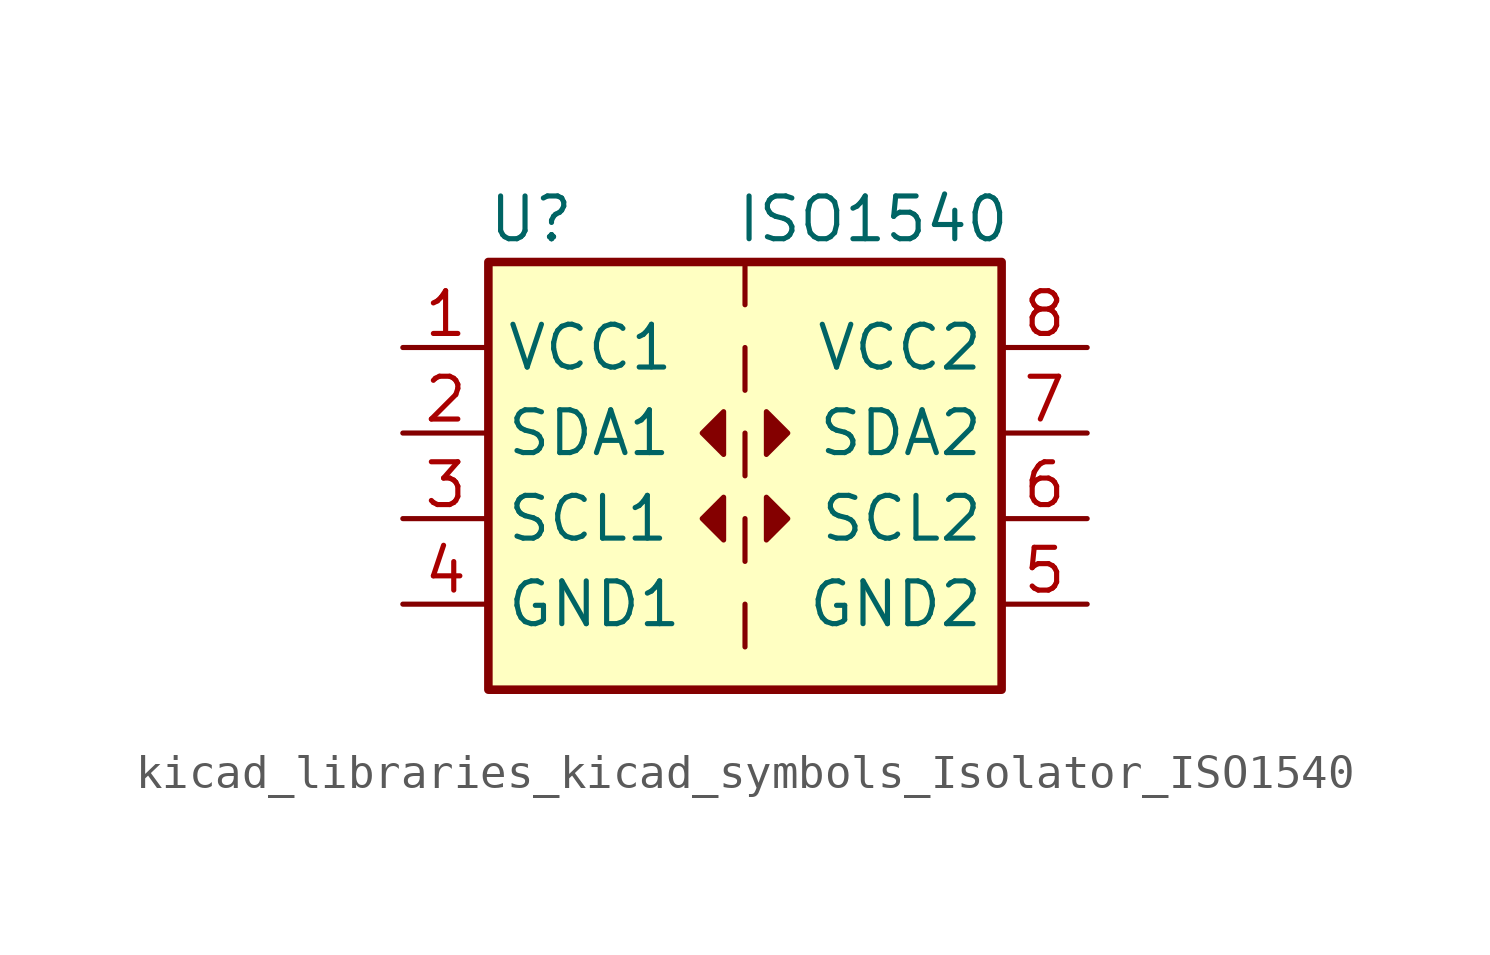
<source format=kicad_sym>
(kicad_symbol_lib
  (version 20220914)
  (generator kicad_symbol_editor)
  (symbol "kicad_libraries_kicad_symbols_Isolator_ISO1540"
    (property "Reference" "U"
      (at -6.35 6.35 0)
      (effects (font (size 1.27 1.27))))
    (property "Value" "ISO1540"
      (at 3.81 6.35 0)
      (effects (font (size 1.27 1.27))))
    (symbol "kicad_libraries_kicad_symbols_Isolator_ISO1540_0_1"
      (rectangle (start -7.62 5.08) (end 7.62 -7.62) (stroke (width 0.254) (type default)) (fill (type background)))
      (rectangle (start 0 -5.08) (end 0 -6.35) (stroke (width 0) (type default)) (fill (type none)))
      (polyline (pts (xy 0 -2.54) (xy 0 -3.81)) (stroke (width 0) (type default)) (fill (type none)))
      (polyline (pts (xy 0 0) (xy 0 -1.27)) (stroke (width 0) (type default)) (fill (type none)))
      (polyline (pts (xy 0 2.54) (xy 0 1.27)) (stroke (width 0) (type default)) (fill (type none)))
      (polyline (pts (xy 0 5.08) (xy 0 3.81)) (stroke (width 0) (type default)) (fill (type none)))
      (polyline (pts (xy -0.635 0.635) (xy -1.27 0) (xy -0.635 -0.635) (xy -0.635 0.635)) (stroke (width 0) (type default)) (fill (type outline)))
      (polyline (pts (xy 0.635 -1.905) (xy 1.27 -2.54) (xy 0.635 -3.175) (xy 0.635 -1.905)) (stroke (width 0) (type default)) (fill (type outline)))
      (polyline (pts (xy 0.635 0.635) (xy 1.27 0) (xy 0.635 -0.635) (xy 0.635 0.635)) (stroke (width 0) (type default)) (fill (type outline))))
    (symbol "kicad_libraries_kicad_symbols_Isolator_ISO1540_1_1"
      (polyline (pts (xy -0.635 -1.905) (xy -1.27 -2.54) (xy -0.635 -3.175) (xy -0.635 -1.905)) (stroke (width 0) (type default)) (fill (type outline)))
      (pin power_in line (at -10.16 2.54 0) (length 2.54) (name "VCC1" (effects (font (size 1.27 1.27)))) (number "1" (effects (font (size 1.27 1.27)))))
      (pin bidirectional line (at -10.16 0 0) (length 2.54) (name "SDA1" (effects (font (size 1.27 1.27)))) (number "2" (effects (font (size 1.27 1.27)))))
      (pin bidirectional line (at -10.16 -2.54 0) (length 2.54) (name "SCL1" (effects (font (size 1.27 1.27)))) (number "3" (effects (font (size 1.27 1.27)))))
      (pin power_in line (at -10.16 -5.08 0) (length 2.54) (name "GND1" (effects (font (size 1.27 1.27)))) (number "4" (effects (font (size 1.27 1.27)))))
      (pin power_in line (at 10.16 -5.08 180) (length 2.54) (name "GND2" (effects (font (size 1.27 1.27)))) (number "5" (effects (font (size 1.27 1.27)))))
      (pin bidirectional line (at 10.16 -2.54 180) (length 2.54) (name "SCL2" (effects (font (size 1.27 1.27)))) (number "6" (effects (font (size 1.27 1.27)))))
      (pin bidirectional line (at 10.16 0 180) (length 2.54) (name "SDA2" (effects (font (size 1.27 1.27)))) (number "7" (effects (font (size 1.27 1.27)))))
      (pin power_in line (at 10.16 2.54 180) (length 2.54) (name "VCC2" (effects (font (size 1.27 1.27)))) (number "8" (effects (font (size 1.27 1.27))))))))
</source>
